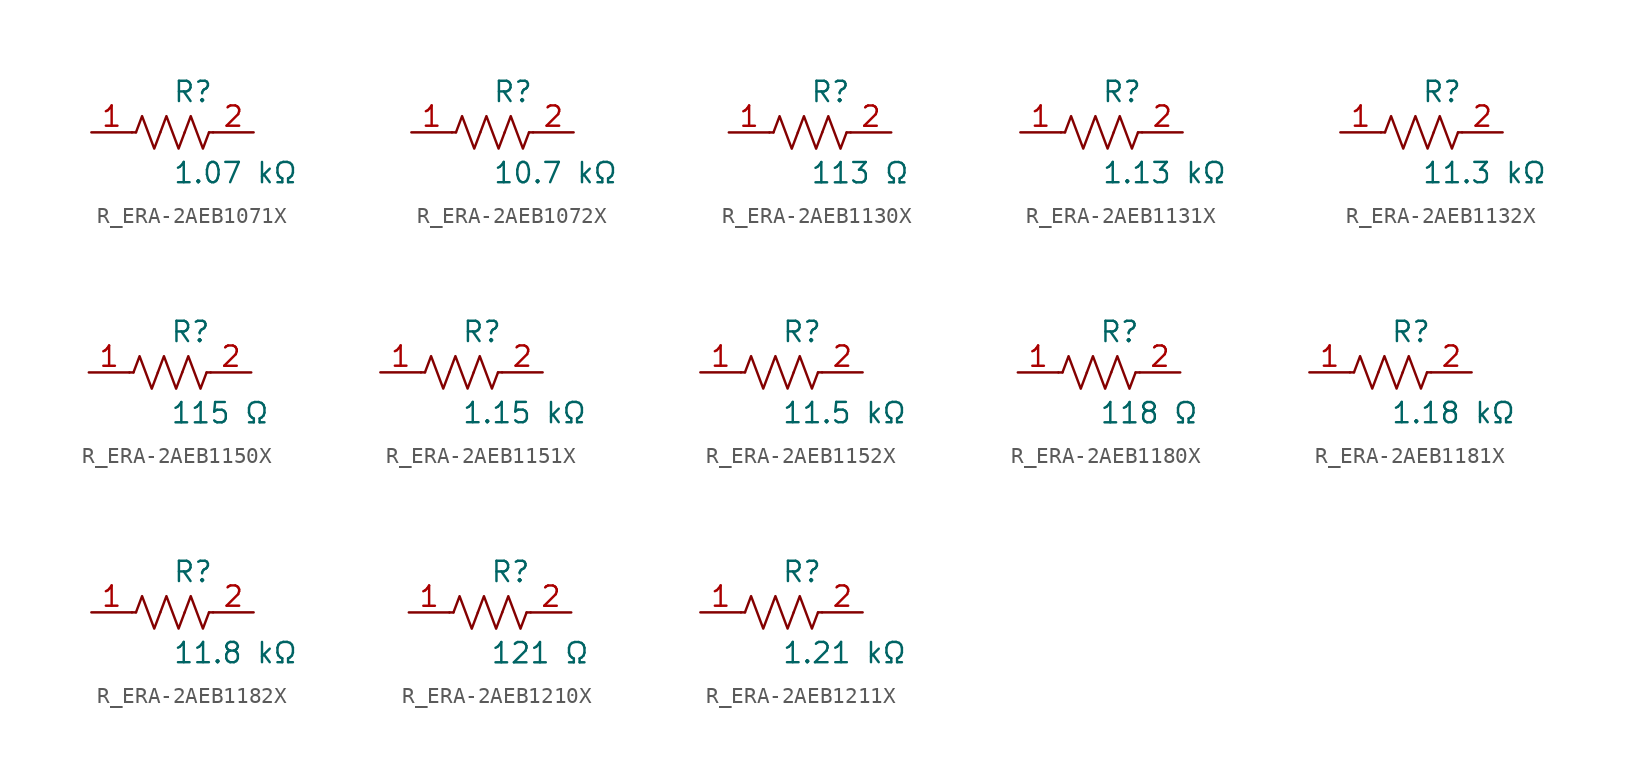
<source format=kicad_sym>
(kicad_symbol_lib
  (version 20231120)
  (generator kicad_symbol_editor)
  (generator_version 8.0)
  (symbol "R_ERA-2AEB1071X"
    (pin_names
      (offset 0.254))
    (property "Reference" "R"
      (at 0.0 2.54 0)
      (effects (font (size 1.27 1.27)) (justify left)))
    (property "Value" "1.07 kΩ"
      (at 0.0 -2.54 0)
      (effects (font (size 1.27 1.27)) (justify left)))
    (symbol "R_ERA-2AEB1071X_0_1"
      (polyline (pts (xy 2.286 0) (xy 2.54 0)) (stroke (width 0) (type default)) (fill (type none)))
      (polyline (pts (xy -2.286 0) (xy -2.54 0)) (stroke (width 0) (type default)) (fill (type none)))
      (polyline (pts (xy 0.762 0) (xy 1.143 1.016) (xy 1.524 0) (xy 1.905 -1.016) (xy 2.286 0)) (stroke (width 0) (type default)) (fill (type none)))
      (polyline (pts (xy -0.762 0) (xy -0.381 1.016) (xy 0 0) (xy 0.381 -1.016) (xy 0.762 0)) (stroke (width 0) (type default)) (fill (type none)))
      (polyline (pts (xy -2.286 0) (xy -1.905 1.016) (xy -1.524 0) (xy -1.143 -1.016) (xy -0.762 0)) (stroke (width 0) (type default)) (fill (type none))))
    (pin unspecified line
      (at -5.08 0 0)
      (length 2.54)
      (name "" (effects (font (size 1.27 1.27))))
      (number "1" (effects (font (size 1.27 1.27)))))
    (pin unspecified line
      (at 5.08 0 180)
      (length 2.54)
      (name "" (effects (font (size 1.27 1.27))))
      (number "2" (effects (font (size 1.27 1.27))))))
  (symbol "R_ERA-2AEB1072X"
    (pin_names
      (offset 0.254))
    (property "Reference" "R"
      (at 0.0 2.54 0)
      (effects (font (size 1.27 1.27)) (justify left)))
    (property "Value" "10.7 kΩ"
      (at 0.0 -2.54 0)
      (effects (font (size 1.27 1.27)) (justify left)))
    (symbol "R_ERA-2AEB1072X_0_1"
      (polyline (pts (xy 2.286 0) (xy 2.54 0)) (stroke (width 0) (type default)) (fill (type none)))
      (polyline (pts (xy -2.286 0) (xy -2.54 0)) (stroke (width 0) (type default)) (fill (type none)))
      (polyline (pts (xy 0.762 0) (xy 1.143 1.016) (xy 1.524 0) (xy 1.905 -1.016) (xy 2.286 0)) (stroke (width 0) (type default)) (fill (type none)))
      (polyline (pts (xy -0.762 0) (xy -0.381 1.016) (xy 0 0) (xy 0.381 -1.016) (xy 0.762 0)) (stroke (width 0) (type default)) (fill (type none)))
      (polyline (pts (xy -2.286 0) (xy -1.905 1.016) (xy -1.524 0) (xy -1.143 -1.016) (xy -0.762 0)) (stroke (width 0) (type default)) (fill (type none))))
    (pin unspecified line
      (at -5.08 0 0)
      (length 2.54)
      (name "" (effects (font (size 1.27 1.27))))
      (number "1" (effects (font (size 1.27 1.27)))))
    (pin unspecified line
      (at 5.08 0 180)
      (length 2.54)
      (name "" (effects (font (size 1.27 1.27))))
      (number "2" (effects (font (size 1.27 1.27))))))
  (symbol "R_ERA-2AEB1130X"
    (pin_names
      (offset 0.254))
    (property "Reference" "R"
      (at 0.0 2.54 0)
      (effects (font (size 1.27 1.27)) (justify left)))
    (property "Value" "113 Ω"
      (at 0.0 -2.54 0)
      (effects (font (size 1.27 1.27)) (justify left)))
    (symbol "R_ERA-2AEB1130X_0_1"
      (polyline (pts (xy 2.286 0) (xy 2.54 0)) (stroke (width 0) (type default)) (fill (type none)))
      (polyline (pts (xy -2.286 0) (xy -2.54 0)) (stroke (width 0) (type default)) (fill (type none)))
      (polyline (pts (xy 0.762 0) (xy 1.143 1.016) (xy 1.524 0) (xy 1.905 -1.016) (xy 2.286 0)) (stroke (width 0) (type default)) (fill (type none)))
      (polyline (pts (xy -0.762 0) (xy -0.381 1.016) (xy 0 0) (xy 0.381 -1.016) (xy 0.762 0)) (stroke (width 0) (type default)) (fill (type none)))
      (polyline (pts (xy -2.286 0) (xy -1.905 1.016) (xy -1.524 0) (xy -1.143 -1.016) (xy -0.762 0)) (stroke (width 0) (type default)) (fill (type none))))
    (pin unspecified line
      (at -5.08 0 0)
      (length 2.54)
      (name "" (effects (font (size 1.27 1.27))))
      (number "1" (effects (font (size 1.27 1.27)))))
    (pin unspecified line
      (at 5.08 0 180)
      (length 2.54)
      (name "" (effects (font (size 1.27 1.27))))
      (number "2" (effects (font (size 1.27 1.27))))))
  (symbol "R_ERA-2AEB1131X"
    (pin_names
      (offset 0.254))
    (property "Reference" "R"
      (at 0.0 2.54 0)
      (effects (font (size 1.27 1.27)) (justify left)))
    (property "Value" "1.13 kΩ"
      (at 0.0 -2.54 0)
      (effects (font (size 1.27 1.27)) (justify left)))
    (symbol "R_ERA-2AEB1131X_0_1"
      (polyline (pts (xy 2.286 0) (xy 2.54 0)) (stroke (width 0) (type default)) (fill (type none)))
      (polyline (pts (xy -2.286 0) (xy -2.54 0)) (stroke (width 0) (type default)) (fill (type none)))
      (polyline (pts (xy 0.762 0) (xy 1.143 1.016) (xy 1.524 0) (xy 1.905 -1.016) (xy 2.286 0)) (stroke (width 0) (type default)) (fill (type none)))
      (polyline (pts (xy -0.762 0) (xy -0.381 1.016) (xy 0 0) (xy 0.381 -1.016) (xy 0.762 0)) (stroke (width 0) (type default)) (fill (type none)))
      (polyline (pts (xy -2.286 0) (xy -1.905 1.016) (xy -1.524 0) (xy -1.143 -1.016) (xy -0.762 0)) (stroke (width 0) (type default)) (fill (type none))))
    (pin unspecified line
      (at -5.08 0 0)
      (length 2.54)
      (name "" (effects (font (size 1.27 1.27))))
      (number "1" (effects (font (size 1.27 1.27)))))
    (pin unspecified line
      (at 5.08 0 180)
      (length 2.54)
      (name "" (effects (font (size 1.27 1.27))))
      (number "2" (effects (font (size 1.27 1.27))))))
  (symbol "R_ERA-2AEB1132X"
    (pin_names
      (offset 0.254))
    (property "Reference" "R"
      (at 0.0 2.54 0)
      (effects (font (size 1.27 1.27)) (justify left)))
    (property "Value" "11.3 kΩ"
      (at 0.0 -2.54 0)
      (effects (font (size 1.27 1.27)) (justify left)))
    (symbol "R_ERA-2AEB1132X_0_1"
      (polyline (pts (xy 2.286 0) (xy 2.54 0)) (stroke (width 0) (type default)) (fill (type none)))
      (polyline (pts (xy -2.286 0) (xy -2.54 0)) (stroke (width 0) (type default)) (fill (type none)))
      (polyline (pts (xy 0.762 0) (xy 1.143 1.016) (xy 1.524 0) (xy 1.905 -1.016) (xy 2.286 0)) (stroke (width 0) (type default)) (fill (type none)))
      (polyline (pts (xy -0.762 0) (xy -0.381 1.016) (xy 0 0) (xy 0.381 -1.016) (xy 0.762 0)) (stroke (width 0) (type default)) (fill (type none)))
      (polyline (pts (xy -2.286 0) (xy -1.905 1.016) (xy -1.524 0) (xy -1.143 -1.016) (xy -0.762 0)) (stroke (width 0) (type default)) (fill (type none))))
    (pin unspecified line
      (at -5.08 0 0)
      (length 2.54)
      (name "" (effects (font (size 1.27 1.27))))
      (number "1" (effects (font (size 1.27 1.27)))))
    (pin unspecified line
      (at 5.08 0 180)
      (length 2.54)
      (name "" (effects (font (size 1.27 1.27))))
      (number "2" (effects (font (size 1.27 1.27))))))
  (symbol "R_ERA-2AEB1150X"
    (pin_names
      (offset 0.254))
    (property "Reference" "R"
      (at 0.0 2.54 0)
      (effects (font (size 1.27 1.27)) (justify left)))
    (property "Value" "115 Ω"
      (at 0.0 -2.54 0)
      (effects (font (size 1.27 1.27)) (justify left)))
    (symbol "R_ERA-2AEB1150X_0_1"
      (polyline (pts (xy 2.286 0) (xy 2.54 0)) (stroke (width 0) (type default)) (fill (type none)))
      (polyline (pts (xy -2.286 0) (xy -2.54 0)) (stroke (width 0) (type default)) (fill (type none)))
      (polyline (pts (xy 0.762 0) (xy 1.143 1.016) (xy 1.524 0) (xy 1.905 -1.016) (xy 2.286 0)) (stroke (width 0) (type default)) (fill (type none)))
      (polyline (pts (xy -0.762 0) (xy -0.381 1.016) (xy 0 0) (xy 0.381 -1.016) (xy 0.762 0)) (stroke (width 0) (type default)) (fill (type none)))
      (polyline (pts (xy -2.286 0) (xy -1.905 1.016) (xy -1.524 0) (xy -1.143 -1.016) (xy -0.762 0)) (stroke (width 0) (type default)) (fill (type none))))
    (pin unspecified line
      (at -5.08 0 0)
      (length 2.54)
      (name "" (effects (font (size 1.27 1.27))))
      (number "1" (effects (font (size 1.27 1.27)))))
    (pin unspecified line
      (at 5.08 0 180)
      (length 2.54)
      (name "" (effects (font (size 1.27 1.27))))
      (number "2" (effects (font (size 1.27 1.27))))))
  (symbol "R_ERA-2AEB1151X"
    (pin_names
      (offset 0.254))
    (property "Reference" "R"
      (at 0.0 2.54 0)
      (effects (font (size 1.27 1.27)) (justify left)))
    (property "Value" "1.15 kΩ"
      (at 0.0 -2.54 0)
      (effects (font (size 1.27 1.27)) (justify left)))
    (symbol "R_ERA-2AEB1151X_0_1"
      (polyline (pts (xy 2.286 0) (xy 2.54 0)) (stroke (width 0) (type default)) (fill (type none)))
      (polyline (pts (xy -2.286 0) (xy -2.54 0)) (stroke (width 0) (type default)) (fill (type none)))
      (polyline (pts (xy 0.762 0) (xy 1.143 1.016) (xy 1.524 0) (xy 1.905 -1.016) (xy 2.286 0)) (stroke (width 0) (type default)) (fill (type none)))
      (polyline (pts (xy -0.762 0) (xy -0.381 1.016) (xy 0 0) (xy 0.381 -1.016) (xy 0.762 0)) (stroke (width 0) (type default)) (fill (type none)))
      (polyline (pts (xy -2.286 0) (xy -1.905 1.016) (xy -1.524 0) (xy -1.143 -1.016) (xy -0.762 0)) (stroke (width 0) (type default)) (fill (type none))))
    (pin unspecified line
      (at -5.08 0 0)
      (length 2.54)
      (name "" (effects (font (size 1.27 1.27))))
      (number "1" (effects (font (size 1.27 1.27)))))
    (pin unspecified line
      (at 5.08 0 180)
      (length 2.54)
      (name "" (effects (font (size 1.27 1.27))))
      (number "2" (effects (font (size 1.27 1.27))))))
  (symbol "R_ERA-2AEB1152X"
    (pin_names
      (offset 0.254))
    (property "Reference" "R"
      (at 0.0 2.54 0)
      (effects (font (size 1.27 1.27)) (justify left)))
    (property "Value" "11.5 kΩ"
      (at 0.0 -2.54 0)
      (effects (font (size 1.27 1.27)) (justify left)))
    (symbol "R_ERA-2AEB1152X_0_1"
      (polyline (pts (xy 2.286 0) (xy 2.54 0)) (stroke (width 0) (type default)) (fill (type none)))
      (polyline (pts (xy -2.286 0) (xy -2.54 0)) (stroke (width 0) (type default)) (fill (type none)))
      (polyline (pts (xy 0.762 0) (xy 1.143 1.016) (xy 1.524 0) (xy 1.905 -1.016) (xy 2.286 0)) (stroke (width 0) (type default)) (fill (type none)))
      (polyline (pts (xy -0.762 0) (xy -0.381 1.016) (xy 0 0) (xy 0.381 -1.016) (xy 0.762 0)) (stroke (width 0) (type default)) (fill (type none)))
      (polyline (pts (xy -2.286 0) (xy -1.905 1.016) (xy -1.524 0) (xy -1.143 -1.016) (xy -0.762 0)) (stroke (width 0) (type default)) (fill (type none))))
    (pin unspecified line
      (at -5.08 0 0)
      (length 2.54)
      (name "" (effects (font (size 1.27 1.27))))
      (number "1" (effects (font (size 1.27 1.27)))))
    (pin unspecified line
      (at 5.08 0 180)
      (length 2.54)
      (name "" (effects (font (size 1.27 1.27))))
      (number "2" (effects (font (size 1.27 1.27))))))
  (symbol "R_ERA-2AEB1180X"
    (pin_names
      (offset 0.254))
    (property "Reference" "R"
      (at 0.0 2.54 0)
      (effects (font (size 1.27 1.27)) (justify left)))
    (property "Value" "118 Ω"
      (at 0.0 -2.54 0)
      (effects (font (size 1.27 1.27)) (justify left)))
    (symbol "R_ERA-2AEB1180X_0_1"
      (polyline (pts (xy 2.286 0) (xy 2.54 0)) (stroke (width 0) (type default)) (fill (type none)))
      (polyline (pts (xy -2.286 0) (xy -2.54 0)) (stroke (width 0) (type default)) (fill (type none)))
      (polyline (pts (xy 0.762 0) (xy 1.143 1.016) (xy 1.524 0) (xy 1.905 -1.016) (xy 2.286 0)) (stroke (width 0) (type default)) (fill (type none)))
      (polyline (pts (xy -0.762 0) (xy -0.381 1.016) (xy 0 0) (xy 0.381 -1.016) (xy 0.762 0)) (stroke (width 0) (type default)) (fill (type none)))
      (polyline (pts (xy -2.286 0) (xy -1.905 1.016) (xy -1.524 0) (xy -1.143 -1.016) (xy -0.762 0)) (stroke (width 0) (type default)) (fill (type none))))
    (pin unspecified line
      (at -5.08 0 0)
      (length 2.54)
      (name "" (effects (font (size 1.27 1.27))))
      (number "1" (effects (font (size 1.27 1.27)))))
    (pin unspecified line
      (at 5.08 0 180)
      (length 2.54)
      (name "" (effects (font (size 1.27 1.27))))
      (number "2" (effects (font (size 1.27 1.27))))))
  (symbol "R_ERA-2AEB1181X"
    (pin_names
      (offset 0.254))
    (property "Reference" "R"
      (at 0.0 2.54 0)
      (effects (font (size 1.27 1.27)) (justify left)))
    (property "Value" "1.18 kΩ"
      (at 0.0 -2.54 0)
      (effects (font (size 1.27 1.27)) (justify left)))
    (symbol "R_ERA-2AEB1181X_0_1"
      (polyline (pts (xy 2.286 0) (xy 2.54 0)) (stroke (width 0) (type default)) (fill (type none)))
      (polyline (pts (xy -2.286 0) (xy -2.54 0)) (stroke (width 0) (type default)) (fill (type none)))
      (polyline (pts (xy 0.762 0) (xy 1.143 1.016) (xy 1.524 0) (xy 1.905 -1.016) (xy 2.286 0)) (stroke (width 0) (type default)) (fill (type none)))
      (polyline (pts (xy -0.762 0) (xy -0.381 1.016) (xy 0 0) (xy 0.381 -1.016) (xy 0.762 0)) (stroke (width 0) (type default)) (fill (type none)))
      (polyline (pts (xy -2.286 0) (xy -1.905 1.016) (xy -1.524 0) (xy -1.143 -1.016) (xy -0.762 0)) (stroke (width 0) (type default)) (fill (type none))))
    (pin unspecified line
      (at -5.08 0 0)
      (length 2.54)
      (name "" (effects (font (size 1.27 1.27))))
      (number "1" (effects (font (size 1.27 1.27)))))
    (pin unspecified line
      (at 5.08 0 180)
      (length 2.54)
      (name "" (effects (font (size 1.27 1.27))))
      (number "2" (effects (font (size 1.27 1.27))))))
  (symbol "R_ERA-2AEB1182X"
    (pin_names
      (offset 0.254))
    (property "Reference" "R"
      (at 0.0 2.54 0)
      (effects (font (size 1.27 1.27)) (justify left)))
    (property "Value" "11.8 kΩ"
      (at 0.0 -2.54 0)
      (effects (font (size 1.27 1.27)) (justify left)))
    (symbol "R_ERA-2AEB1182X_0_1"
      (polyline (pts (xy 2.286 0) (xy 2.54 0)) (stroke (width 0) (type default)) (fill (type none)))
      (polyline (pts (xy -2.286 0) (xy -2.54 0)) (stroke (width 0) (type default)) (fill (type none)))
      (polyline (pts (xy 0.762 0) (xy 1.143 1.016) (xy 1.524 0) (xy 1.905 -1.016) (xy 2.286 0)) (stroke (width 0) (type default)) (fill (type none)))
      (polyline (pts (xy -0.762 0) (xy -0.381 1.016) (xy 0 0) (xy 0.381 -1.016) (xy 0.762 0)) (stroke (width 0) (type default)) (fill (type none)))
      (polyline (pts (xy -2.286 0) (xy -1.905 1.016) (xy -1.524 0) (xy -1.143 -1.016) (xy -0.762 0)) (stroke (width 0) (type default)) (fill (type none))))
    (pin unspecified line
      (at -5.08 0 0)
      (length 2.54)
      (name "" (effects (font (size 1.27 1.27))))
      (number "1" (effects (font (size 1.27 1.27)))))
    (pin unspecified line
      (at 5.08 0 180)
      (length 2.54)
      (name "" (effects (font (size 1.27 1.27))))
      (number "2" (effects (font (size 1.27 1.27))))))
  (symbol "R_ERA-2AEB1210X"
    (pin_names
      (offset 0.254))
    (property "Reference" "R"
      (at 0.0 2.54 0)
      (effects (font (size 1.27 1.27)) (justify left)))
    (property "Value" "121 Ω"
      (at 0.0 -2.54 0)
      (effects (font (size 1.27 1.27)) (justify left)))
    (symbol "R_ERA-2AEB1210X_0_1"
      (polyline (pts (xy 2.286 0) (xy 2.54 0)) (stroke (width 0) (type default)) (fill (type none)))
      (polyline (pts (xy -2.286 0) (xy -2.54 0)) (stroke (width 0) (type default)) (fill (type none)))
      (polyline (pts (xy 0.762 0) (xy 1.143 1.016) (xy 1.524 0) (xy 1.905 -1.016) (xy 2.286 0)) (stroke (width 0) (type default)) (fill (type none)))
      (polyline (pts (xy -0.762 0) (xy -0.381 1.016) (xy 0 0) (xy 0.381 -1.016) (xy 0.762 0)) (stroke (width 0) (type default)) (fill (type none)))
      (polyline (pts (xy -2.286 0) (xy -1.905 1.016) (xy -1.524 0) (xy -1.143 -1.016) (xy -0.762 0)) (stroke (width 0) (type default)) (fill (type none))))
    (pin unspecified line
      (at -5.08 0 0)
      (length 2.54)
      (name "" (effects (font (size 1.27 1.27))))
      (number "1" (effects (font (size 1.27 1.27)))))
    (pin unspecified line
      (at 5.08 0 180)
      (length 2.54)
      (name "" (effects (font (size 1.27 1.27))))
      (number "2" (effects (font (size 1.27 1.27))))))
  (symbol "R_ERA-2AEB1211X"
    (pin_names
      (offset 0.254))
    (property "Reference" "R"
      (at 0.0 2.54 0)
      (effects (font (size 1.27 1.27)) (justify left)))
    (property "Value" "1.21 kΩ"
      (at 0.0 -2.54 0)
      (effects (font (size 1.27 1.27)) (justify left)))
    (symbol "R_ERA-2AEB1211X_0_1"
      (polyline (pts (xy 2.286 0) (xy 2.54 0)) (stroke (width 0) (type default)) (fill (type none)))
      (polyline (pts (xy -2.286 0) (xy -2.54 0)) (stroke (width 0) (type default)) (fill (type none)))
      (polyline (pts (xy 0.762 0) (xy 1.143 1.016) (xy 1.524 0) (xy 1.905 -1.016) (xy 2.286 0)) (stroke (width 0) (type default)) (fill (type none)))
      (polyline (pts (xy -0.762 0) (xy -0.381 1.016) (xy 0 0) (xy 0.381 -1.016) (xy 0.762 0)) (stroke (width 0) (type default)) (fill (type none)))
      (polyline (pts (xy -2.286 0) (xy -1.905 1.016) (xy -1.524 0) (xy -1.143 -1.016) (xy -0.762 0)) (stroke (width 0) (type default)) (fill (type none))))
    (pin unspecified line
      (at -5.08 0 0)
      (length 2.54)
      (name "" (effects (font (size 1.27 1.27))))
      (number "1" (effects (font (size 1.27 1.27)))))
    (pin unspecified line
      (at 5.08 0 180)
      (length 2.54)
      (name "" (effects (font (size 1.27 1.27))))
      (number "2" (effects (font (size 1.27 1.27)))))))
</source>
